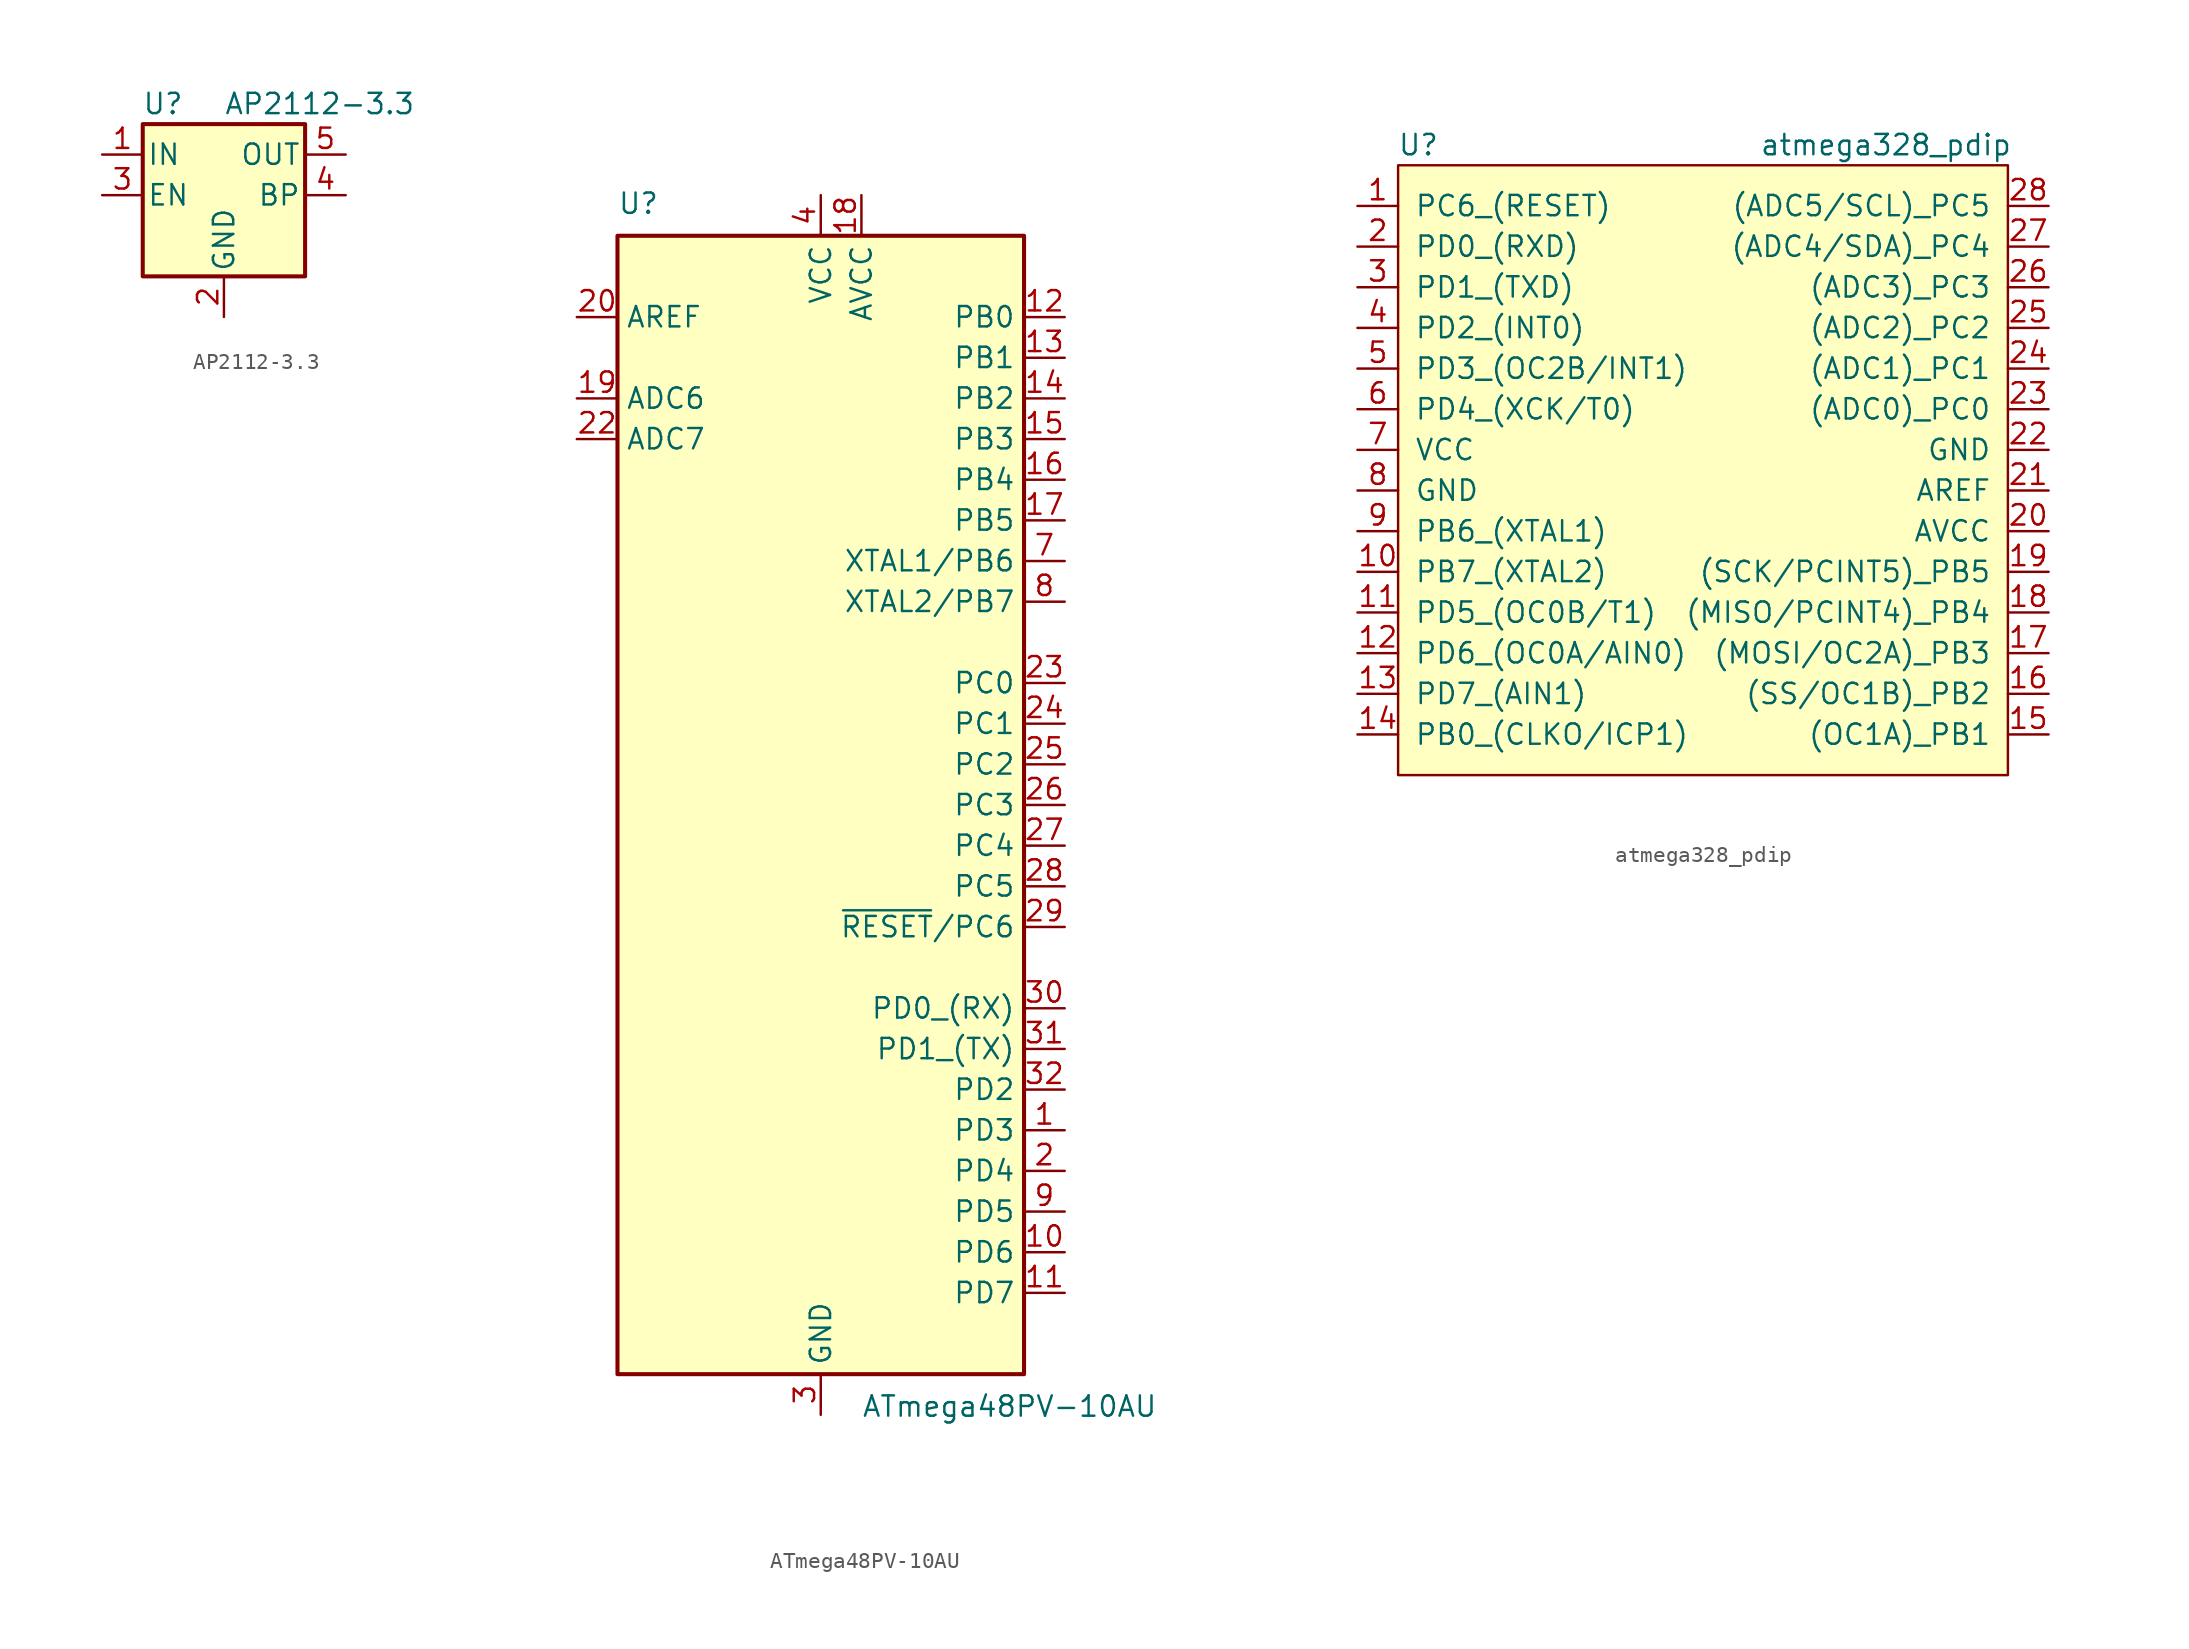
<source format=kicad_sym>
(kicad_symbol_lib
  (version 20211014)
  (generator kicad_symbol_editor)
  (symbol "AP2112-3.3"
    (pin_names
      (offset 0.254))
    (property "Reference" "U"
      (at -3.81 5.715 0)
      (effects (font (size 1.27 1.27))))
    (property "Value" "AP2112-3.3"
      (at 0 5.715 0)
      (effects (font (size 1.27 1.27)) (justify left)))
    (symbol "AP2112-3.3_0_1"
      (rectangle (start -5.08 4.445) (end 5.08 -5.08) (stroke (width 0.254) (type default) (color 0 0 0 0)) (fill (type background))))
    (symbol "AP2112-3.3_1_1"
      (pin power_in line (at -7.62 2.54 0) (length 2.54) (name "IN" (effects (font (size 1.27 1.27)))) (number "1" (effects (font (size 1.27 1.27)))))
      (pin power_in line (at 0 -7.62 90) (length 2.54) (name "GND" (effects (font (size 1.27 1.27)))) (number "2" (effects (font (size 1.27 1.27)))))
      (pin input line (at -7.62 0 0) (length 2.54) (name "EN" (effects (font (size 1.27 1.27)))) (number "3" (effects (font (size 1.27 1.27)))))
      (pin input line (at 7.62 0 180) (length 2.54) (name "BP" (effects (font (size 1.27 1.27)))) (number "4" (effects (font (size 1.27 1.27)))))
      (pin power_out line (at 7.62 2.54 180) (length 2.54) (name "OUT" (effects (font (size 1.27 1.27)))) (number "5" (effects (font (size 1.27 1.27)))))))
  (symbol "ATmega48PV-10AU"
    (property "Reference" "U"
      (at -12.7 36.83 0)
      (effects (font (size 1.27 1.27)) (justify left bottom)))
    (property "Value" "ATmega48PV-10AU"
      (at 2.54 -36.83 0)
      (effects (font (size 1.27 1.27)) (justify left top)))
    (symbol "ATmega48PV-10AU_0_1"
      (rectangle (start -12.7 -35.56) (end 12.7 35.56) (stroke (width 0.254) (type default) (color 0 0 0 0)) (fill (type background))))
    (symbol "ATmega48PV-10AU_1_1"
      (pin bidirectional line (at 15.24 -20.32 180) (length 2.54) (name "PD3" (effects (font (size 1.27 1.27)))) (number "1" (effects (font (size 1.27 1.27)))))
      (pin bidirectional line (at 15.24 -27.94 180) (length 2.54) (name "PD6" (effects (font (size 1.27 1.27)))) (number "10" (effects (font (size 1.27 1.27)))))
      (pin bidirectional line (at 15.24 -30.48 180) (length 2.54) (name "PD7" (effects (font (size 1.27 1.27)))) (number "11" (effects (font (size 1.27 1.27)))))
      (pin bidirectional line (at 15.24 30.48 180) (length 2.54) (name "PB0" (effects (font (size 1.27 1.27)))) (number "12" (effects (font (size 1.27 1.27)))))
      (pin bidirectional line (at 15.24 27.94 180) (length 2.54) (name "PB1" (effects (font (size 1.27 1.27)))) (number "13" (effects (font (size 1.27 1.27)))))
      (pin bidirectional line (at 15.24 25.4 180) (length 2.54) (name "PB2" (effects (font (size 1.27 1.27)))) (number "14" (effects (font (size 1.27 1.27)))))
      (pin bidirectional line (at 15.24 22.86 180) (length 2.54) (name "PB3" (effects (font (size 1.27 1.27)))) (number "15" (effects (font (size 1.27 1.27)))))
      (pin bidirectional line (at 15.24 20.32 180) (length 2.54) (name "PB4" (effects (font (size 1.27 1.27)))) (number "16" (effects (font (size 1.27 1.27)))))
      (pin bidirectional line (at 15.24 17.78 180) (length 2.54) (name "PB5" (effects (font (size 1.27 1.27)))) (number "17" (effects (font (size 1.27 1.27)))))
      (pin power_in line (at 2.54 38.1 270) (length 2.54) (name "AVCC" (effects (font (size 1.27 1.27)))) (number "18" (effects (font (size 1.27 1.27)))))
      (pin input line (at -15.24 25.4 0) (length 2.54) (name "ADC6" (effects (font (size 1.27 1.27)))) (number "19" (effects (font (size 1.27 1.27)))))
      (pin bidirectional line (at 15.24 -22.86 180) (length 2.54) (name "PD4" (effects (font (size 1.27 1.27)))) (number "2" (effects (font (size 1.27 1.27)))))
      (pin passive line (at -15.24 30.48 0) (length 2.54) (name "AREF" (effects (font (size 1.27 1.27)))) (number "20" (effects (font (size 1.27 1.27)))))
      (pin passive line (at 0 -38.1 90) (length 2.54) hide (name "GND" (effects (font (size 1.27 1.27)))) (number "21" (effects (font (size 1.27 1.27)))))
      (pin input line (at -15.24 22.86 0) (length 2.54) (name "ADC7" (effects (font (size 1.27 1.27)))) (number "22" (effects (font (size 1.27 1.27)))))
      (pin bidirectional line (at 15.24 7.62 180) (length 2.54) (name "PC0" (effects (font (size 1.27 1.27)))) (number "23" (effects (font (size 1.27 1.27)))))
      (pin bidirectional line (at 15.24 5.08 180) (length 2.54) (name "PC1" (effects (font (size 1.27 1.27)))) (number "24" (effects (font (size 1.27 1.27)))))
      (pin bidirectional line (at 15.24 2.54 180) (length 2.54) (name "PC2" (effects (font (size 1.27 1.27)))) (number "25" (effects (font (size 1.27 1.27)))))
      (pin bidirectional line (at 15.24 0 180) (length 2.54) (name "PC3" (effects (font (size 1.27 1.27)))) (number "26" (effects (font (size 1.27 1.27)))))
      (pin bidirectional line (at 15.24 -2.54 180) (length 2.54) (name "PC4" (effects (font (size 1.27 1.27)))) (number "27" (effects (font (size 1.27 1.27)))))
      (pin bidirectional line (at 15.24 -5.08 180) (length 2.54) (name "PC5" (effects (font (size 1.27 1.27)))) (number "28" (effects (font (size 1.27 1.27)))))
      (pin bidirectional line (at 15.24 -7.62 180) (length 2.54) (name "~{RESET}/PC6" (effects (font (size 1.27 1.27)))) (number "29" (effects (font (size 1.27 1.27)))))
      (pin power_in line (at 0 -38.1 90) (length 2.54) (name "GND" (effects (font (size 1.27 1.27)))) (number "3" (effects (font (size 1.27 1.27)))))
      (pin bidirectional line (at 15.24 -12.7 180) (length 2.54) (name "PD0_(RX)" (effects (font (size 1.27 1.27)))) (number "30" (effects (font (size 1.27 1.27)))))
      (pin bidirectional line (at 15.24 -15.24 180) (length 2.54) (name "PD1_(TX)" (effects (font (size 1.27 1.27)))) (number "31" (effects (font (size 1.27 1.27)))))
      (pin bidirectional line (at 15.24 -17.78 180) (length 2.54) (name "PD2" (effects (font (size 1.27 1.27)))) (number "32" (effects (font (size 1.27 1.27)))))
      (pin power_in line (at 0 38.1 270) (length 2.54) (name "VCC" (effects (font (size 1.27 1.27)))) (number "4" (effects (font (size 1.27 1.27)))))
      (pin passive line (at 0 -38.1 90) (length 2.54) hide (name "GND" (effects (font (size 1.27 1.27)))) (number "5" (effects (font (size 1.27 1.27)))))
      (pin passive line (at 0 38.1 270) (length 2.54) hide (name "VCC" (effects (font (size 1.27 1.27)))) (number "6" (effects (font (size 1.27 1.27)))))
      (pin bidirectional line (at 15.24 15.24 180) (length 2.54) (name "XTAL1/PB6" (effects (font (size 1.27 1.27)))) (number "7" (effects (font (size 1.27 1.27)))))
      (pin bidirectional line (at 15.24 12.7 180) (length 2.54) (name "XTAL2/PB7" (effects (font (size 1.27 1.27)))) (number "8" (effects (font (size 1.27 1.27)))))
      (pin bidirectional line (at 15.24 -25.4 180) (length 2.54) (name "PD5" (effects (font (size 1.27 1.27)))) (number "9" (effects (font (size 1.27 1.27)))))))
  (symbol "atmega328_pdip"
    (pin_names
      (offset 1.016))
    (property "Reference" "U"
      (at -17.78 20.32 0)
      (effects (font (size 1.27 1.27))))
    (property "Value" "atmega328_pdip"
      (at 11.43 20.32 0)
      (effects (font (size 1.27 1.27))))
    (symbol "atmega328_pdip_0_1"
      (rectangle (start -19.05 19.05) (end 19.05 -19.05) (stroke (width 0) (type default) (color 0 0 0 0)) (fill (type background))))
    (symbol "atmega328_pdip_1_1"
      (pin input line (at -21.59 16.51 0) (length 2.54) (name "PC6_(RESET)" (effects (font (size 1.27 1.27)))) (number "1" (effects (font (size 1.27 1.27)))))
      (pin input line (at -21.59 -6.35 0) (length 2.54) (name "PB7_(XTAL2)" (effects (font (size 1.27 1.27)))) (number "10" (effects (font (size 1.27 1.27)))))
      (pin input line (at -21.59 -8.89 0) (length 2.54) (name "PD5_(OC0B/T1)" (effects (font (size 1.27 1.27)))) (number "11" (effects (font (size 1.27 1.27)))))
      (pin input line (at -21.59 -11.43 0) (length 2.54) (name "PD6_(OC0A/AIN0)" (effects (font (size 1.27 1.27)))) (number "12" (effects (font (size 1.27 1.27)))))
      (pin input line (at -21.59 -13.97 0) (length 2.54) (name "PD7_(AIN1)" (effects (font (size 1.27 1.27)))) (number "13" (effects (font (size 1.27 1.27)))))
      (pin input line (at -21.59 -16.51 0) (length 2.54) (name "PB0_(CLKO/ICP1)" (effects (font (size 1.27 1.27)))) (number "14" (effects (font (size 1.27 1.27)))))
      (pin input line (at 21.59 -16.51 180) (length 2.54) (name "(OC1A)_PB1" (effects (font (size 1.27 1.27)))) (number "15" (effects (font (size 1.27 1.27)))))
      (pin input line (at 21.59 -13.97 180) (length 2.54) (name "(SS/OC1B)_PB2" (effects (font (size 1.27 1.27)))) (number "16" (effects (font (size 1.27 1.27)))))
      (pin input line (at 21.59 -11.43 180) (length 2.54) (name "(MOSI/OC2A)_PB3" (effects (font (size 1.27 1.27)))) (number "17" (effects (font (size 1.27 1.27)))))
      (pin input line (at 21.59 -8.89 180) (length 2.54) (name "(MISO/PCINT4)_PB4" (effects (font (size 1.27 1.27)))) (number "18" (effects (font (size 1.27 1.27)))))
      (pin input line (at 21.59 -6.35 180) (length 2.54) (name "(SCK/PCINT5)_PB5" (effects (font (size 1.27 1.27)))) (number "19" (effects (font (size 1.27 1.27)))))
      (pin input line (at -21.59 13.97 0) (length 2.54) (name "PD0_(RXD)" (effects (font (size 1.27 1.27)))) (number "2" (effects (font (size 1.27 1.27)))))
      (pin input line (at 21.59 -3.81 180) (length 2.54) (name "AVCC" (effects (font (size 1.27 1.27)))) (number "20" (effects (font (size 1.27 1.27)))))
      (pin input line (at 21.59 -1.27 180) (length 2.54) (name "AREF" (effects (font (size 1.27 1.27)))) (number "21" (effects (font (size 1.27 1.27)))))
      (pin input line (at 21.59 1.27 180) (length 2.54) (name "GND" (effects (font (size 1.27 1.27)))) (number "22" (effects (font (size 1.27 1.27)))))
      (pin input line (at 21.59 3.81 180) (length 2.54) (name "(ADC0)_PC0" (effects (font (size 1.27 1.27)))) (number "23" (effects (font (size 1.27 1.27)))))
      (pin input line (at 21.59 6.35 180) (length 2.54) (name "(ADC1)_PC1" (effects (font (size 1.27 1.27)))) (number "24" (effects (font (size 1.27 1.27)))))
      (pin input line (at 21.59 8.89 180) (length 2.54) (name "(ADC2)_PC2" (effects (font (size 1.27 1.27)))) (number "25" (effects (font (size 1.27 1.27)))))
      (pin input line (at 21.59 11.43 180) (length 2.54) (name "(ADC3)_PC3" (effects (font (size 1.27 1.27)))) (number "26" (effects (font (size 1.27 1.27)))))
      (pin input line (at 21.59 13.97 180) (length 2.54) (name "(ADC4/SDA)_PC4" (effects (font (size 1.27 1.27)))) (number "27" (effects (font (size 1.27 1.27)))))
      (pin input line (at 21.59 16.51 180) (length 2.54) (name "(ADC5/SCL)_PC5" (effects (font (size 1.27 1.27)))) (number "28" (effects (font (size 1.27 1.27)))))
      (pin input line (at -21.59 11.43 0) (length 2.54) (name "PD1_(TXD)" (effects (font (size 1.27 1.27)))) (number "3" (effects (font (size 1.27 1.27)))))
      (pin input line (at -21.59 8.89 0) (length 2.54) (name "PD2_(INT0)" (effects (font (size 1.27 1.27)))) (number "4" (effects (font (size 1.27 1.27)))))
      (pin input line (at -21.59 6.35 0) (length 2.54) (name "PD3_(OC2B/INT1)" (effects (font (size 1.27 1.27)))) (number "5" (effects (font (size 1.27 1.27)))))
      (pin input line (at -21.59 3.81 0) (length 2.54) (name "PD4_(XCK/T0)" (effects (font (size 1.27 1.27)))) (number "6" (effects (font (size 1.27 1.27)))))
      (pin input line (at -21.59 1.27 0) (length 2.54) (name "VCC" (effects (font (size 1.27 1.27)))) (number "7" (effects (font (size 1.27 1.27)))))
      (pin input line (at -21.59 -1.27 0) (length 2.54) (name "GND" (effects (font (size 1.27 1.27)))) (number "8" (effects (font (size 1.27 1.27)))))
      (pin input line (at -21.59 -3.81 0) (length 2.54) (name "PB6_(XTAL1)" (effects (font (size 1.27 1.27)))) (number "9" (effects (font (size 1.27 1.27))))))))
</source>
